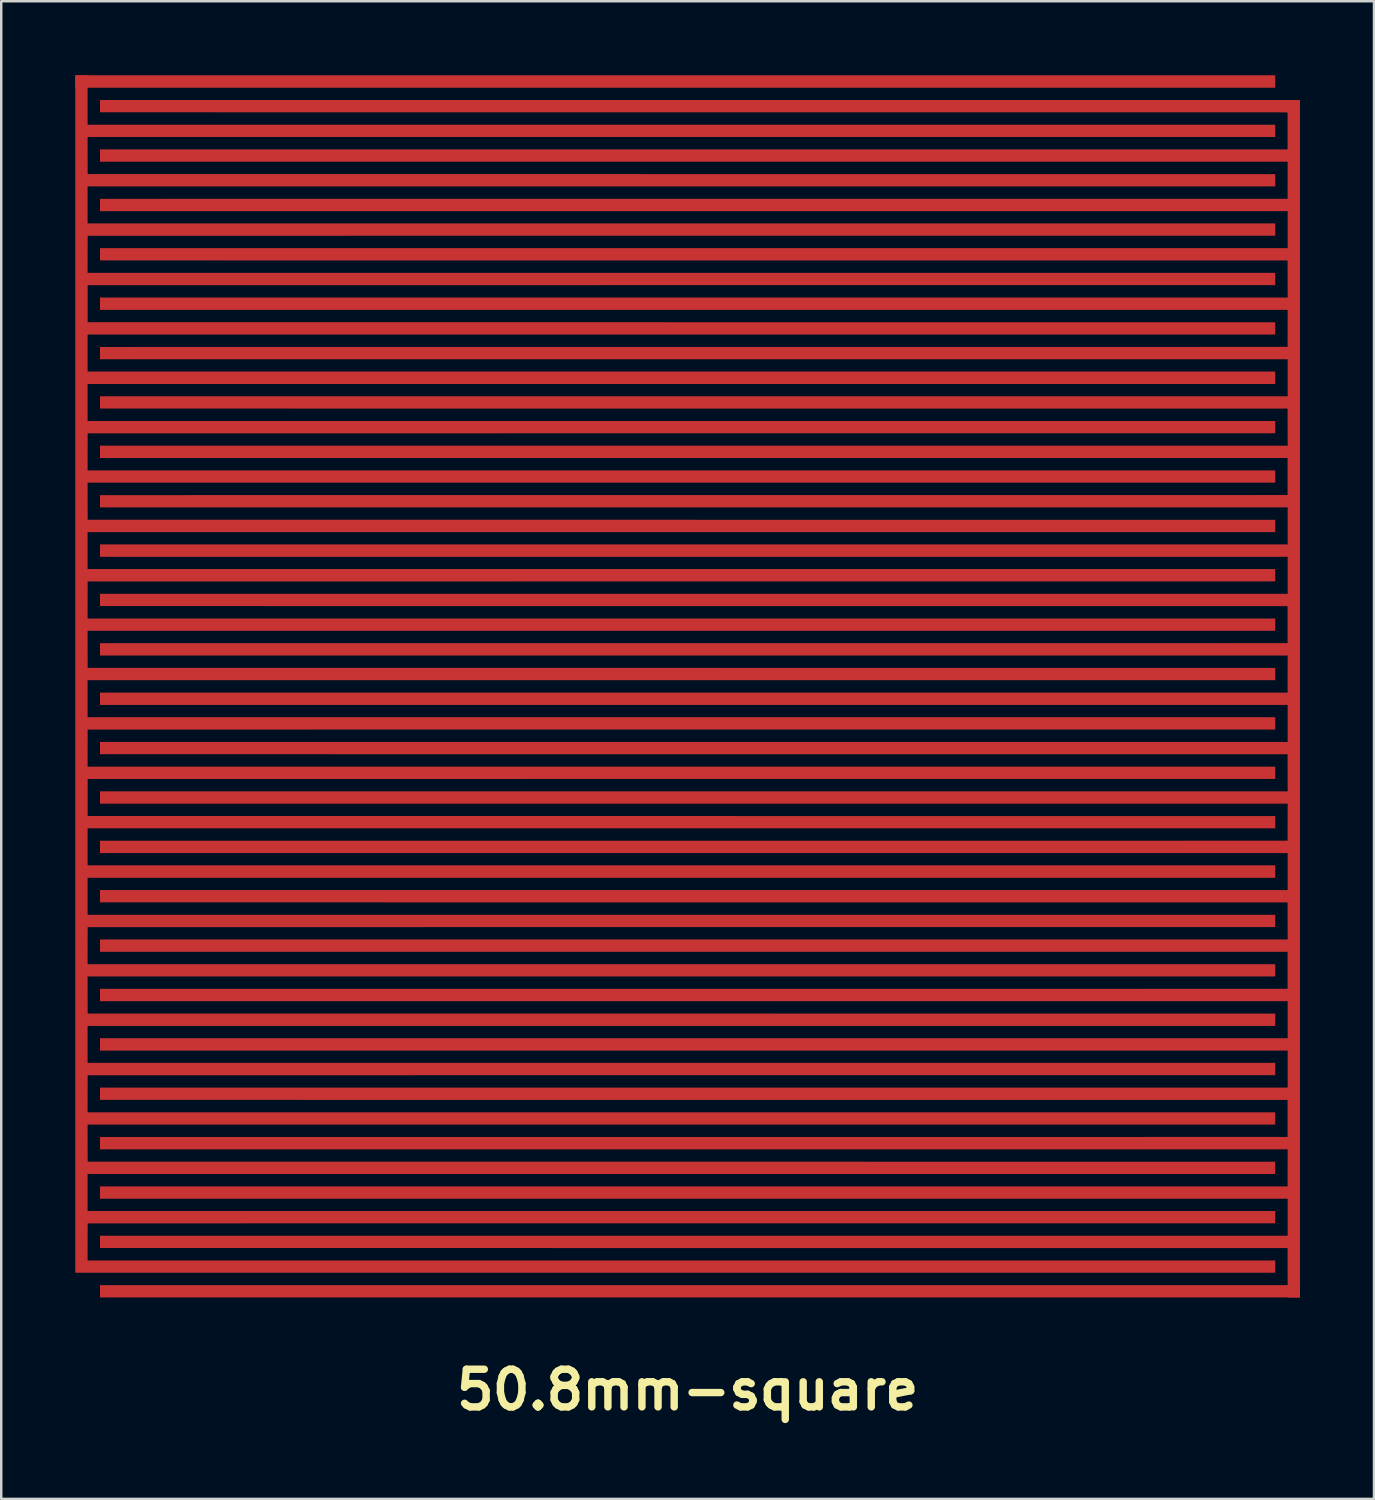
<source format=kicad_pcb>
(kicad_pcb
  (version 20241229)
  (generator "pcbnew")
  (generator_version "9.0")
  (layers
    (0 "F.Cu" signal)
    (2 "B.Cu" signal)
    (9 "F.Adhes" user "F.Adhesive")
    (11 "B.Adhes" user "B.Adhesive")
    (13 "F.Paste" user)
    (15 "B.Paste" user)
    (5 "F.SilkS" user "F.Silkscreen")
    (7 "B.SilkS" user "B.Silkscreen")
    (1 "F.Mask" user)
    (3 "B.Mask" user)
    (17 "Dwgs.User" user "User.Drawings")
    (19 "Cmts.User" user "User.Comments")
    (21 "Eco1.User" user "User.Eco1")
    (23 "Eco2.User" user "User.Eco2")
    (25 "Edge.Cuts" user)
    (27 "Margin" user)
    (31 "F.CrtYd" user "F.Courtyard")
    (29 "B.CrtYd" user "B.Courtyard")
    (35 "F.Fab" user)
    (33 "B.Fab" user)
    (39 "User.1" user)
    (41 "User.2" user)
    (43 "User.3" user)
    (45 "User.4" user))
  (footprint "50.8mm-square"
    (layer "F.Cu")
    (at 24.806 24.806)
    (property "Reference" "50.8mm-square" (at 0 28.448 0) (layer "F.SilkS") (effects (font (size 1.524 1.524) (thickness 0.3))))
    (attr board_only exclude_from_pos_files exclude_from_bom)
    (fp_poly (pts (xy 24.806 24.704) (xy -23.805 24.704) (xy -23.805 24.206) (xy 24.308 24.206) (xy 24.306 23.455) (xy 24.305 22.705) (xy 0.25 22.703) (xy -23.805 22.702) (xy -23.805 22.204) (xy 24.308 22.204) (xy 24.308 20.705) (xy -23.805 20.705) (xy -23.805 20.207) (xy 24.305 20.205) (xy 24.308 18.703) (xy -23.805 18.703) (xy -23.805 18.205) (xy 24.305 18.203) (xy 24.305 16.704) (xy 0.25 16.703) (xy -23.805 16.701) (xy -23.805 16.203) (xy 24.308 16.203) (xy 24.308 14.704) (xy -23.805 14.704) (xy -23.805 14.201) (xy 24.308 14.201) (xy 24.308 12.703) (xy -23.805 12.703) (xy -23.805 12.205) (xy 24.305 12.202) (xy 24.305 10.703) (xy 0.25 10.702) (xy -23.805 10.701) (xy -23.805 10.203) (xy 24.308 10.203) (xy 24.305 8.701) (xy -23.805 8.699) (xy -23.805 8.201) (xy 24.308 8.201) (xy 24.308 6.702) (xy -23.805 6.702) (xy -23.805 6.204) (xy 0.25 6.203) (xy 24.305 6.201) (xy 24.308 4.7) (xy -23.805 4.7) (xy -23.805 4.202) (xy 24.308 4.202) (xy 24.305 2.701) (xy -23.805 2.698) (xy -23.805 2.2) (xy 24.308 2.2) (xy 24.308 0.701) (xy -23.805 0.701) (xy -23.805 0.203) (xy 0.25 0.202) (xy 24.305 0.201) (xy 24.306 -0.55) (xy 24.308 -1.301) (xy -23.805 -1.301) (xy -23.805 -1.799) (xy 24.305 -1.801) (xy 24.305 -3.3) (xy 0.25 -3.301) (xy -23.805 -3.303) (xy -23.805 -3.801) (xy 24.308 -3.801) (xy 24.308 -5.3) (xy -23.805 -5.3) (xy -23.805 -5.803) (xy 24.308 -5.803) (xy 24.308 -7.301) (xy -23.805 -7.301) (xy -23.805 -7.799) (xy 24.305 -7.802) (xy 24.305 -9.301) (xy 0.25 -9.302) (xy -23.805 -9.303) (xy -23.805 -9.801) (xy 24.308 -9.801) (xy 24.305 -11.303) (xy -23.805 -11.305) (xy -23.805 -11.803) (xy 24.308 -11.803) (xy 24.308 -13.302) (xy -23.805 -13.302) (xy -23.805 -13.8) (xy 24.305 -13.803) (xy 24.308 -15.304) (xy -23.805 -15.304) (xy -23.805 -15.802) (xy 24.308 -15.802) (xy 24.305 -17.303) (xy -23.805 -17.306) (xy -23.805 -17.804) (xy 24.308 -17.804) (xy 24.308 -19.303) (xy -23.805 -19.303) (xy -23.805 -19.801) (xy 0.25 -19.802) (xy 24.305 -19.803) (xy 24.308 -21.305) (xy -23.805 -21.305) (xy -23.805 -21.803) (xy 24.305 -21.805) (xy 24.305 -23.304) (xy -23.805 -23.307) (xy -23.805 -23.805) (xy 24.806 -23.805)) (stroke (width 0) (type solid)) (fill yes) (layer "F.Cu"))
    (fp_poly (pts (xy 23.805 -24.303) (xy -24.308 -24.303) (xy -24.308 -22.804) (xy 23.805 -22.804) (xy 23.805 -22.306) (xy -24.308 -22.306) (xy -24.306 -21.555) (xy -24.305 -20.804) (xy -0.25 -20.803) (xy 23.805 -20.802) (xy 23.805 -20.304) (xy -24.308 -20.304) (xy -24.308 -18.805) (xy 23.805 -18.805) (xy 23.805 -18.307) (xy -0.25 -18.306) (xy -24.305 -18.304) (xy -24.306 -17.554) (xy -24.308 -16.803) (xy 23.805 -16.803) (xy 23.805 -16.305) (xy -0.25 -16.304) (xy -24.305 -16.302) (xy -24.305 -14.804) (xy -0.25 -14.802) (xy 23.805 -14.801) (xy 23.805 -14.303) (xy -24.308 -14.303) (xy -24.308 -12.804) (xy 23.805 -12.804) (xy 23.805 -12.301) (xy -24.308 -12.301) (xy -24.308 -10.802) (xy 23.805 -10.802) (xy 23.805 -10.304) (xy -0.25 -10.303) (xy -24.305 -10.302) (xy -24.306 -9.551) (xy -24.308 -8.8) (xy 23.805 -8.8) (xy 23.805 -8.302) (xy -24.308 -8.302) (xy -24.306 -7.552) (xy -24.305 -6.801) (xy -0.25 -6.8) (xy 23.805 -6.798) (xy 23.805 -6.3) (xy -24.308 -6.3) (xy -24.308 -4.802) (xy 23.805 -4.802) (xy 23.805 -4.304) (xy -0.25 -4.302) (xy -24.305 -4.301) (xy -24.306 -3.55) (xy -24.308 -2.8) (xy 23.805 -2.8) (xy 23.805 -2.302) (xy -24.308 -2.302) (xy -24.306 -1.551) (xy -24.305 -0.8) (xy -0.25 -0.799) (xy 23.805 -0.798) (xy 23.805 -0.3) (xy -24.308 -0.3) (xy -24.308 1.199) (xy 23.805 1.199) (xy 23.805 1.697) (xy -0.25 1.698) (xy -24.305 1.7) (xy -24.306 2.45) (xy -24.308 3.201) (xy 23.805 3.201) (xy 23.805 3.699) (xy -0.25 3.7) (xy -24.305 3.702) (xy -24.305 5.2) (xy -0.25 5.202) (xy 23.805 5.203) (xy 23.805 5.701) (xy -24.308 5.701) (xy -24.308 7.2) (xy 23.805 7.2) (xy 23.805 7.703) (xy -24.308 7.703) (xy -24.308 9.202) (xy 23.805 9.202) (xy 23.805 9.7) (xy -0.25 9.701) (xy -24.305 9.702) (xy -24.306 10.453) (xy -24.308 11.204) (xy 23.805 11.204) (xy 23.805 11.702) (xy -24.308 11.702) (xy -24.306 12.452) (xy -24.305 13.203) (xy -0.25 13.204) (xy 23.805 13.206) (xy 23.805 13.704) (xy -24.308 13.704) (xy -24.308 15.202) (xy 23.805 15.202) (xy 23.805 15.7) (xy -0.25 15.702) (xy -24.305 15.703) (xy -24.306 16.454) (xy -24.308 17.204) (xy 23.805 17.204) (xy 23.805 17.702) (xy -24.308 17.702) (xy -24.306 18.453) (xy -24.305 19.204) (xy -0.25 19.205) (xy 23.805 19.206) (xy 23.805 19.704) (xy -24.308 19.704) (xy -24.308 21.203) (xy 23.805 21.203) (xy 23.805 21.701) (xy -0.25 21.702) (xy -24.305 21.704) (xy -24.306 22.454) (xy -24.308 23.205) (xy 23.805 23.205) (xy 23.805 23.703) (xy -24.806 23.703) (xy -24.806 -24.806) (xy 23.805 -24.806)) (stroke (width 0) (type solid)) (fill yes) (layer "F.Cu"))
    (pad "1" smd rect (at -24.556 -24.556) (size 0.5 0.5) (layers "F.Cu" "F.Mask" "F.Paste"))
    (pad "2" smd rect (at 24.556 24.456) (size 0.5 0.5) (layers "F.Cu" "F.Mask" "F.Paste")))
  (gr_rect
    (start -3 -3)
    (end 52.612 57.672)
    (stroke (width 0.1) (type default))
    (fill no)
    (layer "Edge.Cuts")))
</source>
